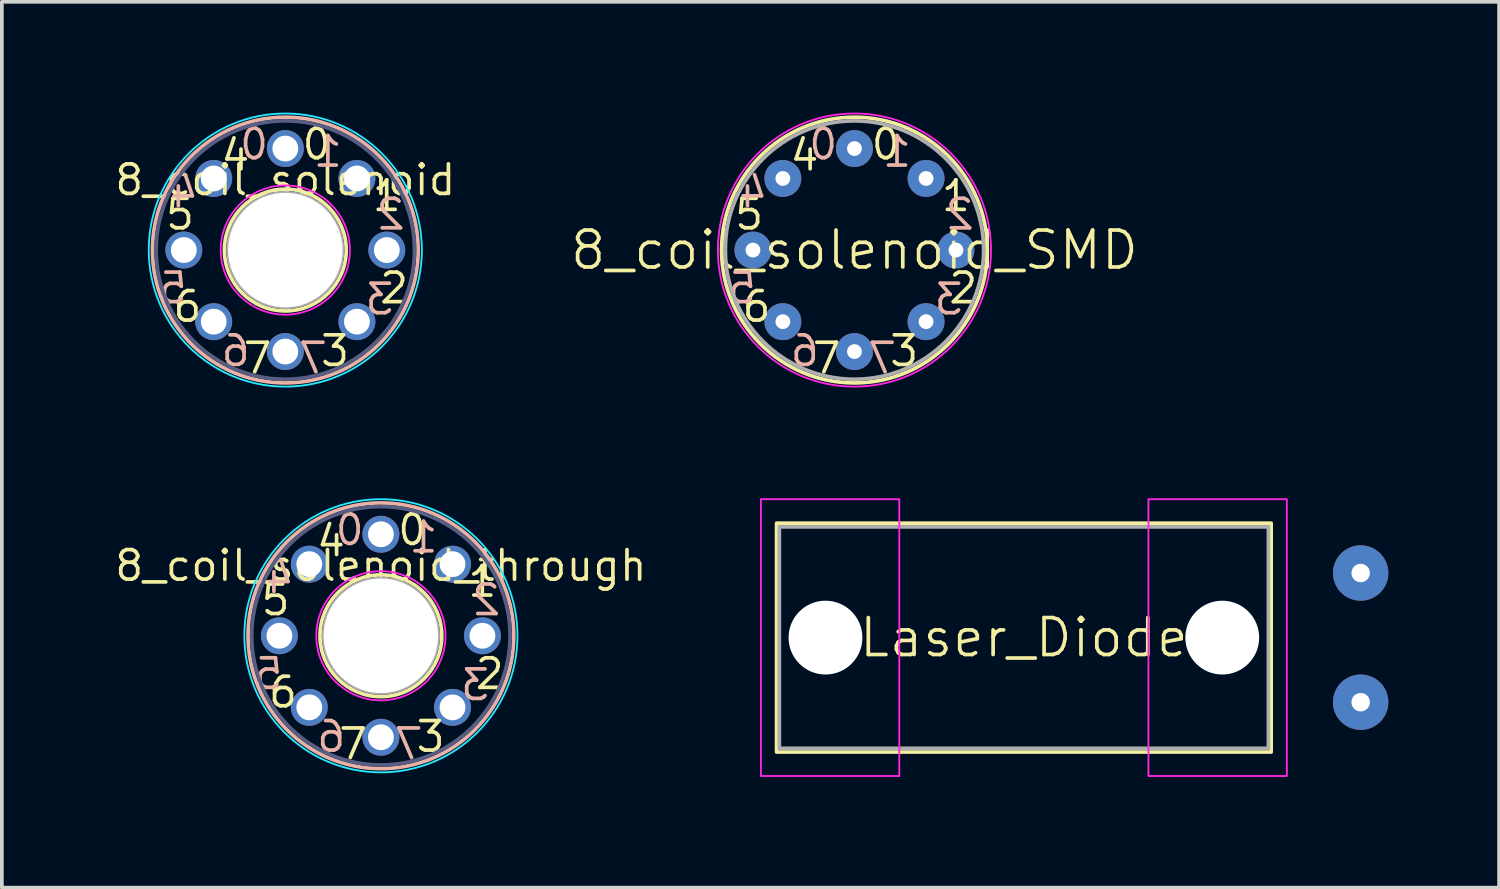
<source format=kicad_pcb>
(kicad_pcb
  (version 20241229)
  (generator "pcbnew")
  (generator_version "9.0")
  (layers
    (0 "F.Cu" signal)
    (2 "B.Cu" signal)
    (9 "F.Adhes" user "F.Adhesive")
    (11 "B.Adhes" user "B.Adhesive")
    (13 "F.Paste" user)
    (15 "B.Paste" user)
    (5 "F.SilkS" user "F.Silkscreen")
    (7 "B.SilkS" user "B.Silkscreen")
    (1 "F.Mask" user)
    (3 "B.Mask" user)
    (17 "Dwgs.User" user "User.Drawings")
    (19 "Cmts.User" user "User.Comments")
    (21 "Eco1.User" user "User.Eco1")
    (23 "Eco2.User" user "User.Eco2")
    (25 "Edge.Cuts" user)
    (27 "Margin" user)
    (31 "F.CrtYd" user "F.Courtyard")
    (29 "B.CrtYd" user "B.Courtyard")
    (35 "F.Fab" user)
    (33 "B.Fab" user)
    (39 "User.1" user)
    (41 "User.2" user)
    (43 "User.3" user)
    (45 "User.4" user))
  (footprint "8_coil_solenoid"
    (layer "F.Cu")
    (at 4.68 3.725)
    (property "Reference" "8_coil_solenoid" (at 0 -1.9 0) (unlocked yes) (layer "F.SilkS") (effects (font (size 0.8 0.8) (thickness 0.1))))
    (attr through_hole)
    (fp_circle (center 0 0) (end 1.65 0) (stroke (width 0.1) (type default)) (fill no) (layer "F.SilkS"))
    (fp_circle (center 0 0) (end 3.6 0) (stroke (width 0.1) (type default)) (fill no) (layer "B.SilkS"))
    (fp_circle (center 0 0) (end 3.7 0) (stroke (width 0.05) (type default)) (fill no) (layer "B.CrtYd"))
    (fp_circle (center 0 0) (end 1.75 0) (stroke (width 0.05) (type default)) (fill no) (layer "F.CrtYd"))
    (fp_circle (center 0 0) (end 3.5 0) (stroke (width 0.1) (type default)) (fill no) (layer "B.Fab"))
    (fp_circle (center 0 0) (end 1.55 0) (stroke (width 0.1) (type default)) (fill no) (layer "F.Fab"))
    (fp_text user "0" (at 0.4 -2.4 0) (unlocked yes) (layer "F.SilkS") (effects (font (size 0.8 0.8) (thickness 0.1)) (justify left bottom)))
    (fp_text user "4" (at -1.8 -2.1 0) (unlocked yes) (layer "F.SilkS") (effects (font (size 0.8 0.8) (thickness 0.1)) (justify left bottom)))
    (fp_text user "7" (at -1.2 3.4 0) (unlocked yes) (layer "F.SilkS") (effects (font (size 0.8 0.8) (thickness 0.1)) (justify left bottom)))
    (fp_text user "3" (at 0.9 3.2 0) (unlocked yes) (layer "F.SilkS") (effects (font (size 0.8 0.8) (thickness 0.1)) (justify left bottom)))
    (fp_text user "2" (at 2.5 1.5 0) (unlocked yes) (layer "F.SilkS") (effects (font (size 0.8 0.8) (thickness 0.1)) (justify left bottom)))
    (fp_text user "5" (at -3.3 -0.5 0) (unlocked yes) (layer "F.SilkS") (effects (font (size 0.8 0.8) (thickness 0.1)) (justify left bottom)))
    (fp_text user "1" (at 2.3 -1 0) (unlocked yes) (layer "F.SilkS") (effects (font (size 0.8 0.8) (thickness 0.1)) (justify left bottom)))
    (fp_text user "6" (at -3.1 2 0) (unlocked yes) (layer "F.SilkS") (effects (font (size 0.8 0.8) (thickness 0.1)) (justify left bottom)))
    (fp_text user "3" (at 3 1.8 0) (unlocked yes) (layer "B.SilkS") (effects (font (size 0.8 0.8) (thickness 0.1)) (justify left bottom mirror)))
    (fp_text user "1" (at 1.6 -2.2 0) (unlocked yes) (layer "B.SilkS") (effects (font (size 0.8 0.8) (thickness 0.1)) (justify left bottom mirror)))
    (fp_text user "0" (at -0.4 -2.4 0) (unlocked yes) (layer "B.SilkS") (effects (font (size 0.8 0.8) (thickness 0.1)) (justify left bottom mirror)))
    (fp_text user "4" (at -2.3 -1.1 0) (unlocked yes) (layer "B.SilkS") (effects (font (size 0.8 0.8) (thickness 0.1)) (justify left bottom mirror)))
    (fp_text user "2" (at 3.3 -0.5 0) (unlocked yes) (layer "B.SilkS") (effects (font (size 0.8 0.8) (thickness 0.1)) (justify left bottom mirror)))
    (fp_text user "7" (at 1.2 3.4 0) (unlocked yes) (layer "B.SilkS") (effects (font (size 0.8 0.8) (thickness 0.1)) (justify left bottom mirror)))
    (fp_text user "5" (at -2.6 1.5 0) (unlocked yes) (layer "B.SilkS") (effects (font (size 0.8 0.8) (thickness 0.1)) (justify left bottom mirror)))
    (fp_text user "6" (at -0.9 3.2 0) (unlocked yes) (layer "B.SilkS") (effects (font (size 0.8 0.8) (thickness 0.1)) (justify left bottom mirror)))
    (pad "" np_thru_hole circle (at 0 0) (size 3.1 3.1) (drill 3.1) (layers "*.Cu" "*.Mask"))
    (pad "1" thru_hole circle (at 0 -2.75) (size 1 1) (drill 0.7) (layers "*.Cu" "*.Mask"))
    (pad "2" thru_hole circle (at 1.94 -1.94) (size 1 1) (drill 0.7) (layers "*.Cu" "*.Mask"))
    (pad "3" thru_hole circle (at 2.75 0) (size 1 1) (drill 0.7) (layers "*.Cu" "*.Mask"))
    (pad "4" thru_hole circle (at 1.94 1.94) (size 1 1) (drill 0.7) (layers "*.Cu" "*.Mask"))
    (pad "5" thru_hole circle (at -1.94 -1.94) (size 1 1) (drill 0.7) (layers "*.Cu" "*.Mask"))
    (pad "6" thru_hole circle (at -2.75 0) (size 1 1) (drill 0.7) (layers "*.Cu" "*.Mask"))
    (pad "7" thru_hole circle (at -1.94 1.94) (size 1 1) (drill 0.7) (layers "*.Cu" "*.Mask"))
    (pad "8" thru_hole circle (at 0 2.75) (size 1 1) (drill 0.7) (layers "*.Cu" "*.Mask")))
  (footprint "8_coil_solenoid_SMD"
    (layer "F.Cu")
    (at 20.1 3.725)
    (property "Reference" "8_coil_solenoid_SMD" (at 0 0 0) (unlocked yes) (layer "F.SilkS") (effects (font (size 1 1) (thickness 0.1))))
    (attr through_hole)
    (fp_circle (center 0 0) (end 3.6 0) (stroke (width 0.1) (type default)) (fill no) (layer "F.SilkS"))
    (fp_circle (center 0 0) (end 3.7 0) (stroke (width 0.05) (type default)) (fill no) (layer "F.CrtYd"))
    (fp_circle (center 0 0) (end 3.5 0) (stroke (width 0.1) (type default)) (fill no) (layer "F.Fab"))
    (fp_text user "2" (at 2.5 1.5 0) (unlocked yes) (layer "F.SilkS") (effects (font (size 0.8 0.8) (thickness 0.1)) (justify left bottom)))
    (fp_text user "4" (at -1.8 -2.1 0) (unlocked yes) (layer "F.SilkS") (effects (font (size 0.8 0.8) (thickness 0.1)) (justify left bottom)))
    (fp_text user "1" (at 2.3 -1 0) (unlocked yes) (layer "F.SilkS") (effects (font (size 0.8 0.8) (thickness 0.1)) (justify left bottom)))
    (fp_text user "5" (at -3.3 -0.5 0) (unlocked yes) (layer "F.SilkS") (effects (font (size 0.8 0.8) (thickness 0.1)) (justify left bottom)))
    (fp_text user "0" (at 0.4 -2.4 0) (unlocked yes) (layer "F.SilkS") (effects (font (size 0.8 0.8) (thickness 0.1)) (justify left bottom)))
    (fp_text user "7" (at -1.2 3.4 0) (unlocked yes) (layer "F.SilkS") (effects (font (size 0.8 0.8) (thickness 0.1)) (justify left bottom)))
    (fp_text user "3" (at 0.9 3.2 0) (unlocked yes) (layer "F.SilkS") (effects (font (size 0.8 0.8) (thickness 0.1)) (justify left bottom)))
    (fp_text user "6" (at -3.1 2 0) (unlocked yes) (layer "F.SilkS") (effects (font (size 0.8 0.8) (thickness 0.1)) (justify left bottom)))
    (fp_text user "3" (at 3 1.8 0) (unlocked yes) (layer "B.SilkS") (effects (font (size 0.8 0.8) (thickness 0.1)) (justify left bottom mirror)))
    (fp_text user "1" (at 1.6 -2.2 0) (unlocked yes) (layer "B.SilkS") (effects (font (size 0.8 0.8) (thickness 0.1)) (justify left bottom mirror)))
    (fp_text user "5" (at -2.6 1.5 0) (unlocked yes) (layer "B.SilkS") (effects (font (size 0.8 0.8) (thickness 0.1)) (justify left bottom mirror)))
    (fp_text user "2" (at 3.3 -0.5 0) (unlocked yes) (layer "B.SilkS") (effects (font (size 0.8 0.8) (thickness 0.1)) (justify left bottom mirror)))
    (fp_text user "7" (at 1.2 3.4 0) (unlocked yes) (layer "B.SilkS") (effects (font (size 0.8 0.8) (thickness 0.1)) (justify left bottom mirror)))
    (fp_text user "6" (at -0.9 3.2 0) (unlocked yes) (layer "B.SilkS") (effects (font (size 0.8 0.8) (thickness 0.1)) (justify left bottom mirror)))
    (fp_text user "4" (at -2.3 -1.1 0) (unlocked yes) (layer "B.SilkS") (effects (font (size 0.8 0.8) (thickness 0.1)) (justify left bottom mirror)))
    (fp_text user "0" (at -0.4 -2.4 0) (unlocked yes) (layer "B.SilkS") (effects (font (size 0.8 0.8) (thickness 0.1)) (justify left bottom mirror)))
    (pad "1" thru_hole circle (at 0 -2.75) (size 1 1) (drill 0.4) (layers "*.Cu" "*.Mask"))
    (pad "2" thru_hole circle (at 1.94 -1.94) (size 1 1) (drill 0.4) (layers "*.Cu" "*.Mask"))
    (pad "3" thru_hole circle (at 2.75 0) (size 1 1) (drill 0.4) (layers "*.Cu" "*.Mask"))
    (pad "4" thru_hole circle (at 1.94 1.94) (size 1 1) (drill 0.4) (layers "*.Cu" "*.Mask"))
    (pad "5" thru_hole circle (at -1.94 -1.94) (size 1 1) (drill 0.4) (layers "*.Cu" "*.Mask"))
    (pad "6" thru_hole circle (at -2.75 0) (size 1 1) (drill 0.4) (layers "*.Cu" "*.Mask"))
    (pad "7" thru_hole circle (at -1.94 1.94) (size 1 1) (drill 0.4) (layers "*.Cu" "*.Mask"))
    (pad "8" thru_hole circle (at 0 2.75) (size 1 1) (drill 0.4) (layers "*.Cu" "*.Mask")))
  (footprint "8_coil_solenoid_through"
    (layer "F.Cu")
    (at 7.27 14.175)
    (property "Reference" "8_coil_solenoid_through" (at 0 -1.9 0) (unlocked yes) (layer "F.SilkS") (effects (font (size 0.8 0.8) (thickness 0.1))))
    (attr through_hole)
    (fp_circle (center 0 0) (end 1.65 0) (stroke (width 0.1) (type default)) (fill no) (layer "F.SilkS"))
    (fp_circle (center 0 0) (end 3.6 0) (stroke (width 0.1) (type default)) (fill no) (layer "B.SilkS"))
    (fp_circle (center 0 0) (end 3.7 0) (stroke (width 0.05) (type default)) (fill no) (layer "B.CrtYd"))
    (fp_circle (center 0 0) (end 1.75 0) (stroke (width 0.05) (type default)) (fill no) (layer "F.CrtYd"))
    (fp_circle (center 0 0) (end 3.5 0) (stroke (width 0.1) (type default)) (fill no) (layer "B.Fab"))
    (fp_circle (center 0 0) (end 1.55 0) (stroke (width 0.1) (type default)) (fill no) (layer "F.Fab"))
    (fp_text user "3" (at 0.9 3.2 0) (unlocked yes) (layer "F.SilkS") (effects (font (size 0.8 0.8) (thickness 0.1)) (justify left bottom)))
    (fp_text user "4" (at -1.8 -2.1 0) (unlocked yes) (layer "F.SilkS") (effects (font (size 0.8 0.8) (thickness 0.1)) (justify left bottom)))
    (fp_text user "5" (at -3.3 -0.5 0) (unlocked yes) (layer "F.SilkS") (effects (font (size 0.8 0.8) (thickness 0.1)) (justify left bottom)))
    (fp_text user "6" (at -3.1 2 0) (unlocked yes) (layer "F.SilkS") (effects (font (size 0.8 0.8) (thickness 0.1)) (justify left bottom)))
    (fp_text user "0" (at 0.4 -2.4 0) (unlocked yes) (layer "F.SilkS") (effects (font (size 0.8 0.8) (thickness 0.1)) (justify left bottom)))
    (fp_text user "1" (at 2.3 -1 0) (unlocked yes) (layer "F.SilkS") (effects (font (size 0.8 0.8) (thickness 0.1)) (justify left bottom)))
    (fp_text user "7" (at -1.2 3.4 0) (unlocked yes) (layer "F.SilkS") (effects (font (size 0.8 0.8) (thickness 0.1)) (justify left bottom)))
    (fp_text user "2" (at 2.5 1.5 0) (unlocked yes) (layer "F.SilkS") (effects (font (size 0.8 0.8) (thickness 0.1)) (justify left bottom)))
    (fp_text user "6" (at -0.9 3.2 0) (unlocked yes) (layer "B.SilkS") (effects (font (size 0.8 0.8) (thickness 0.1)) (justify left bottom mirror)))
    (fp_text user "4" (at -2.3 -1.1 0) (unlocked yes) (layer "B.SilkS") (effects (font (size 0.8 0.8) (thickness 0.1)) (justify left bottom mirror)))
    (fp_text user "7" (at 1.2 3.4 0) (unlocked yes) (layer "B.SilkS") (effects (font (size 0.8 0.8) (thickness 0.1)) (justify left bottom mirror)))
    (fp_text user "3" (at 3 1.8 0) (unlocked yes) (layer "B.SilkS") (effects (font (size 0.8 0.8) (thickness 0.1)) (justify left bottom mirror)))
    (fp_text user "2" (at 3.3 -0.5 0) (unlocked yes) (layer "B.SilkS") (effects (font (size 0.8 0.8) (thickness 0.1)) (justify left bottom mirror)))
    (fp_text user "5" (at -2.6 1.5 0) (unlocked yes) (layer "B.SilkS") (effects (font (size 0.8 0.8) (thickness 0.1)) (justify left bottom mirror)))
    (fp_text user "0" (at -0.4 -2.4 0) (unlocked yes) (layer "B.SilkS") (effects (font (size 0.8 0.8) (thickness 0.1)) (justify left bottom mirror)))
    (fp_text user "1" (at 1.6 -2.2 0) (unlocked yes) (layer "B.SilkS") (effects (font (size 0.8 0.8) (thickness 0.1)) (justify left bottom mirror)))
    (pad "" np_thru_hole circle (at 0 0) (size 3.1 3.1) (drill 3.1) (layers "*.Cu" "*.Mask"))
    (pad "1" thru_hole circle (at 0 -2.75) (size 1 1) (drill 0.7) (layers "*.Cu" "*.Mask"))
    (pad "2" thru_hole circle (at 1.94 -1.94) (size 1 1) (drill 0.7) (layers "*.Cu" "*.Mask"))
    (pad "3" thru_hole circle (at 2.75 0) (size 1 1) (drill 0.7) (layers "*.Cu" "*.Mask"))
    (pad "4" thru_hole circle (at 1.94 1.94) (size 1 1) (drill 0.7) (layers "*.Cu" "*.Mask"))
    (pad "5" thru_hole circle (at -1.94 -1.94) (size 1 1) (drill 0.7) (layers "*.Cu" "*.Mask"))
    (pad "6" thru_hole circle (at -2.75 0) (size 1 1) (drill 0.7) (layers "*.Cu" "*.Mask"))
    (pad "7" thru_hole circle (at -1.94 1.94) (size 1 1) (drill 0.7) (layers "*.Cu" "*.Mask"))
    (pad "8" thru_hole circle (at 0 2.75) (size 1 1) (drill 0.7) (layers "*.Cu" "*.Mask")))
  (footprint "Laser_Diode"
    (layer "F.Cu")
    (at 31.315 14.225)
    (property "Reference" "Laser_Diode" (at -6.625 0 0) (unlocked yes) (layer "F.SilkS") (effects (font (size 1 1) (thickness 0.1))))
    (attr through_hole)
    (fp_rect (start -13.325 -3.1) (end 0.075 3.1) (stroke (width 0.1) (type default)) (fill no) (layer "F.SilkS"))
    (fp_rect (start -13.75 -3.75) (end -10 3.75) (stroke (width 0.05) (type default)) (fill no) (layer "F.CrtYd"))
    (fp_rect (start -3.25 -3.75) (end 0.5 3.75) (stroke (width 0.05) (type default)) (fill no) (layer "F.CrtYd"))
    (fp_rect (start -13.25 -3) (end 0 3) (stroke (width 0.1) (type default)) (fill no) (layer "F.Fab"))
    (pad "" np_thru_hole circle (at -12 0) (size 2 2) (drill 2) (layers "*.Cu" "*.Mask"))
    (pad "" np_thru_hole circle (at -1.25 0) (size 2 2) (drill 2) (layers "*.Cu" "*.Mask"))
    (pad "1" thru_hole circle (at 2.5 -1.75) (size 1.5 1.5) (drill 0.5) (layers "*.Cu" "*.Mask"))
    (pad "2" thru_hole circle (at 2.5 1.75) (size 1.5 1.5) (drill 0.5) (layers "*.Cu" "*.Mask")))
  (gr_rect
    (start -3 -3)
    (end 37.565 21)
    (stroke (width 0.1) (type default))
    (fill no)
    (layer "Edge.Cuts")))
</source>
